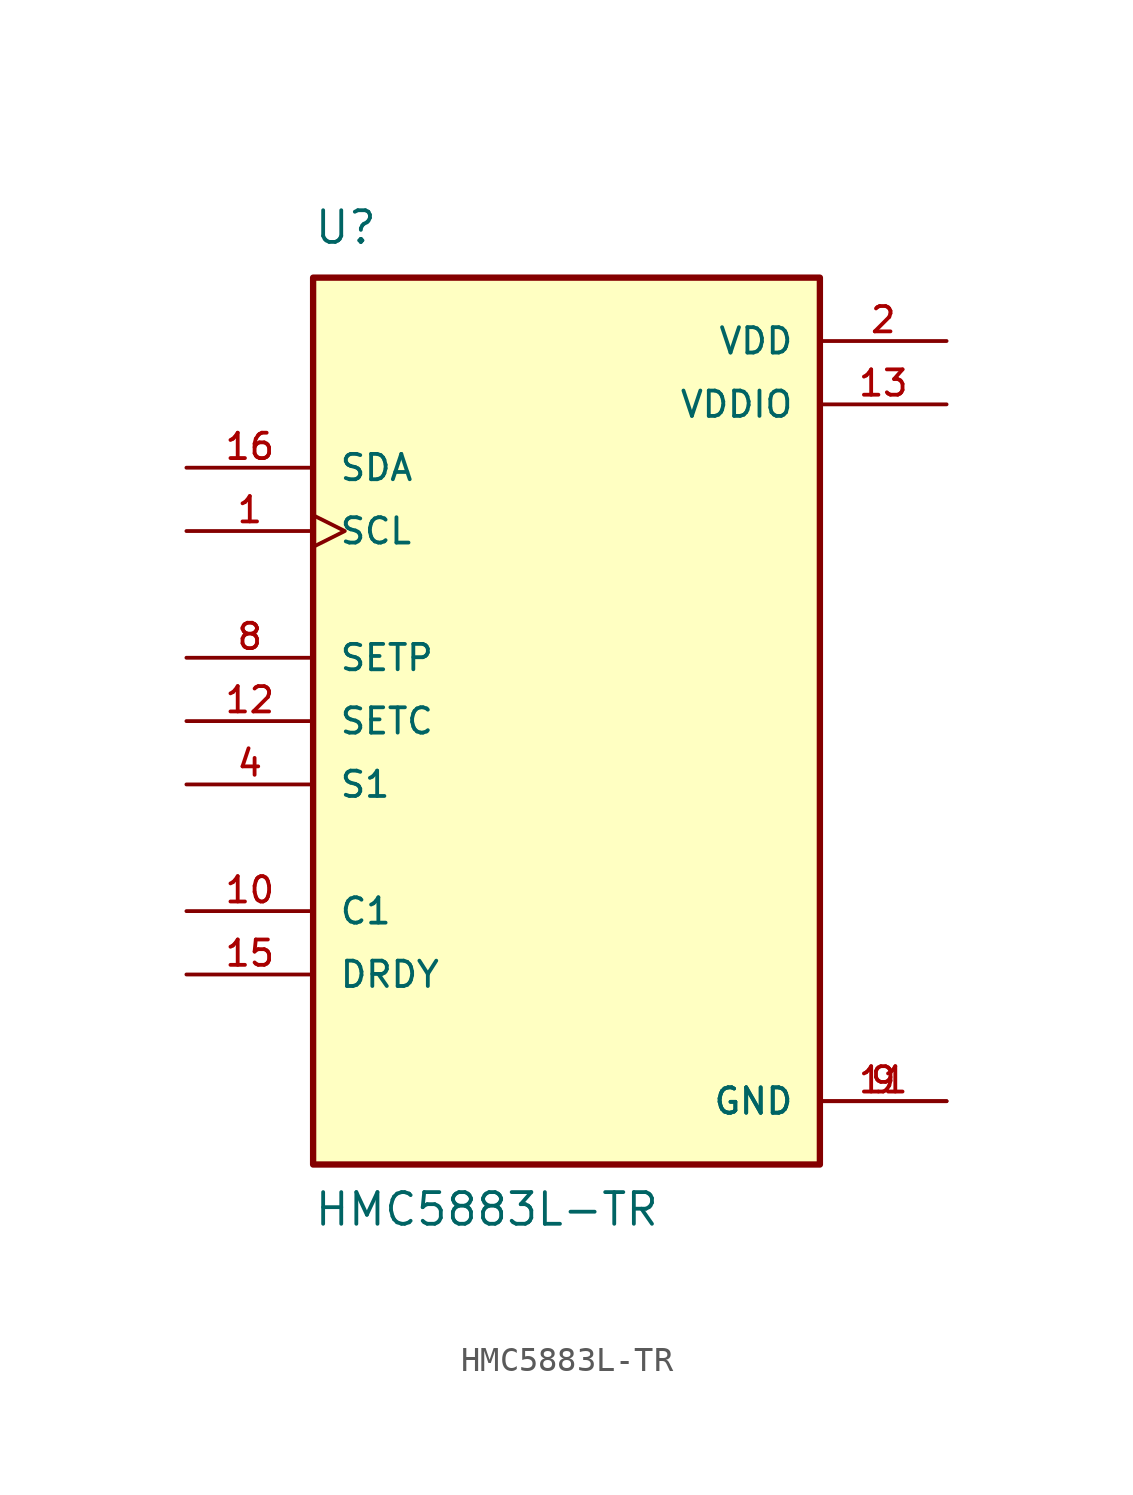
<source format=kicad_sym>
(kicad_symbol_lib
  (version 20211014)
  (generator kicad_symbol_editor)
  (symbol "HMC5883L-TR"
    (pin_names
      (offset 1.016))
    (property "Reference" "U"
      (at -10.16 19.05 0)
      (effects (font (size 1.27 1.27)) (justify bottom left)))
    (property "Value" "HMC5883L-TR"
      (at -10.16 -20.32 0)
      (effects (font (size 1.27 1.27)) (justify bottom left)))
    (symbol "HMC5883L-TR_0_0"
      (rectangle (start -10.16 -17.78) (end 10.16 17.78) (stroke (width 0.254)) (fill (type background)))
      (pin input clock (at -15.24 7.62 0) (length 5.08) (name "SCL" (effects (font (size 1.016 1.016)))) (number "1" (effects (font (size 1.016 1.016)))))
      (pin power_in line (at 15.24 15.24 180.0) (length 5.08) (name "VDD" (effects (font (size 1.016 1.016)))) (number "2" (effects (font (size 1.016 1.016)))))
      (pin bidirectional line (at -15.24 -2.54 0) (length 5.08) (name "S1" (effects (font (size 1.016 1.016)))) (number "4" (effects (font (size 1.016 1.016)))))
      (pin bidirectional line (at -15.24 2.54 0) (length 5.08) (name "SETP" (effects (font (size 1.016 1.016)))) (number "8" (effects (font (size 1.016 1.016)))))
      (pin power_in line (at 15.24 -15.24 180.0) (length 5.08) (name "GND" (effects (font (size 1.016 1.016)))) (number "9" (effects (font (size 1.016 1.016)))))
      (pin power_in line (at 15.24 -15.24 180.0) (length 5.08) (name "GND" (effects (font (size 1.016 1.016)))) (number "11" (effects (font (size 1.016 1.016)))))
      (pin bidirectional line (at -15.24 -7.62 0) (length 5.08) (name "C1" (effects (font (size 1.016 1.016)))) (number "10" (effects (font (size 1.016 1.016)))))
      (pin bidirectional line (at -15.24 0.0 0) (length 5.08) (name "SETC" (effects (font (size 1.016 1.016)))) (number "12" (effects (font (size 1.016 1.016)))))
      (pin power_in line (at 15.24 12.7 180.0) (length 5.08) (name "VDDIO" (effects (font (size 1.016 1.016)))) (number "13" (effects (font (size 1.016 1.016)))))
      (pin bidirectional line (at -15.24 -10.16 0) (length 5.08) (name "DRDY" (effects (font (size 1.016 1.016)))) (number "15" (effects (font (size 1.016 1.016)))))
      (pin input line (at -15.24 10.16 0) (length 5.08) (name "SDA" (effects (font (size 1.016 1.016)))) (number "16" (effects (font (size 1.016 1.016))))))))
</source>
